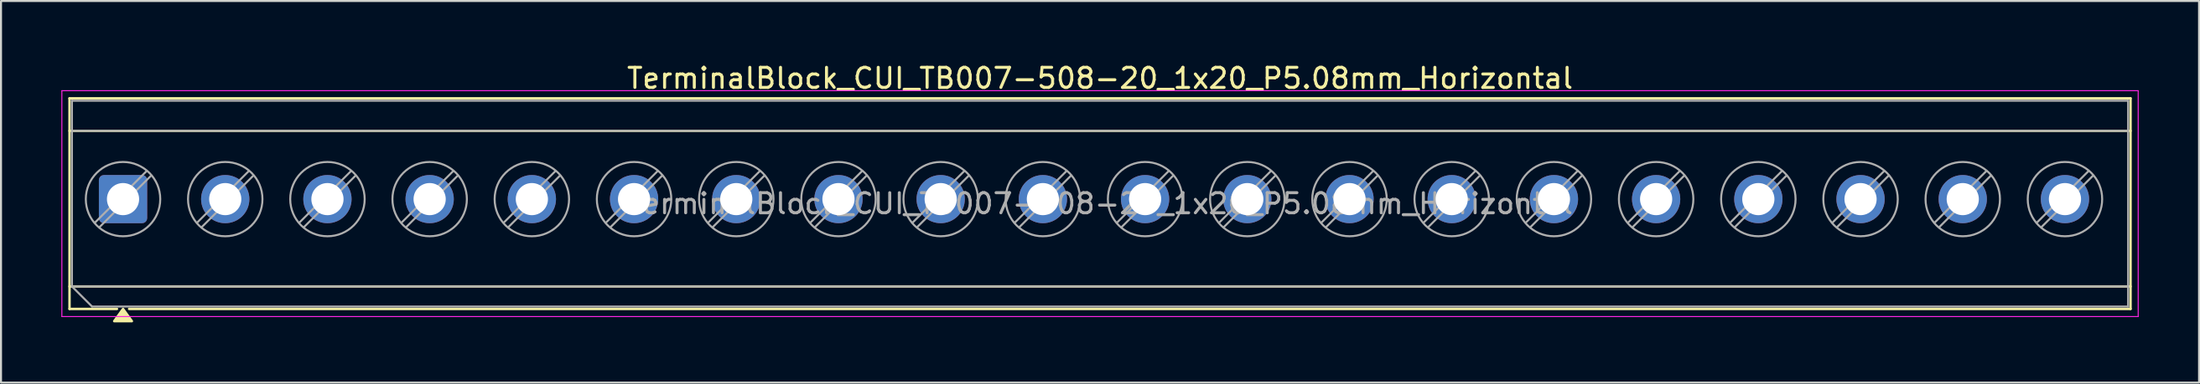
<source format=kicad_pcb>
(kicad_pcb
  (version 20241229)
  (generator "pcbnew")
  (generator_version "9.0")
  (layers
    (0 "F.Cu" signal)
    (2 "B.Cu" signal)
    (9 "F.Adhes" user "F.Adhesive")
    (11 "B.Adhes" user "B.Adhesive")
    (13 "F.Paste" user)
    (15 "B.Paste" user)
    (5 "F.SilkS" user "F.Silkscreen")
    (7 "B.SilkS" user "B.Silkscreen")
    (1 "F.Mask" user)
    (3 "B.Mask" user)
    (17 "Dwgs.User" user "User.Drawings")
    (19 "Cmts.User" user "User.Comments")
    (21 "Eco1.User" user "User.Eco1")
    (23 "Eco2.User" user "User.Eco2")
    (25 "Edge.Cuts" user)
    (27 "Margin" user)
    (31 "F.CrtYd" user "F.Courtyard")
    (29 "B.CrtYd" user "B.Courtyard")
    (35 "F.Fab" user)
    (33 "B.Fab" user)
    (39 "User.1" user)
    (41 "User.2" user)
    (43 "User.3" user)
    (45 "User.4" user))
  (footprint "TerminalBlock_CUI_TB007-508-20_1x20_P5.08mm_Horizontal"
    (layer "F.Cu")
    (at 3.065 6.868)
    (property "Reference" "TerminalBlock_CUI_TB007-508-20_1x20_P5.08mm_Horizontal" (at 48.56 -6.02 0) (layer "F.SilkS") (effects (font (size 1 1) (thickness 0.15))))
    (attr through_hole)
    (fp_line (start -2.66 -5.02) (end 99.78 -5.02) (stroke (width 0.12) (type solid)) (layer "F.SilkS"))
    (fp_line (start -2.66 -3.4) (end 99.78 -3.4) (stroke (width 0.12) (type solid)) (layer "F.SilkS"))
    (fp_line (start -2.66 4.35) (end 99.78 4.35) (stroke (width 0.12) (type solid)) (layer "F.SilkS"))
    (fp_line (start -2.66 5.47) (end -2.66 -5.02) (stroke (width 0.12) (type solid)) (layer "F.SilkS"))
    (fp_line (start -0.3 5.47) (end -2.66 5.47) (stroke (width 0.12) (type solid)) (layer "F.SilkS"))
    (fp_line (start 99.78 -5.02) (end 99.78 5.47) (stroke (width 0.12) (type solid)) (layer "F.SilkS"))
    (fp_line (start 99.78 5.47) (end 0.3 5.47) (stroke (width 0.12) (type solid)) (layer "F.SilkS"))
    (fp_poly (pts (xy 0 5.47) (xy 0.44 6.08) (xy -0.44 6.08)) (stroke (width 0.12) (type solid)) (fill yes) (layer "F.SilkS"))
    (fp_line (start -3.04 -5.4) (end -3.04 5.85) (stroke (width 0.05) (type solid)) (layer "F.CrtYd"))
    (fp_line (start -3.04 5.85) (end 100.16 5.85) (stroke (width 0.05) (type solid)) (layer "F.CrtYd"))
    (fp_line (start 100.16 -5.4) (end -3.04 -5.4) (stroke (width 0.05) (type solid)) (layer "F.CrtYd"))
    (fp_line (start 100.16 5.85) (end 100.16 -5.4) (stroke (width 0.05) (type solid)) (layer "F.CrtYd"))
    (fp_line (start -2.54 -4.9) (end 99.66 -4.9) (stroke (width 0.1) (type solid)) (layer "F.Fab"))
    (fp_line (start -2.54 -3.4) (end 99.66 -3.4) (stroke (width 0.1) (type solid)) (layer "F.Fab"))
    (fp_line (start -2.54 4.35) (end -2.54 -4.9) (stroke (width 0.1) (type solid)) (layer "F.Fab"))
    (fp_line (start -2.54 4.35) (end 99.66 4.35) (stroke (width 0.1) (type solid)) (layer "F.Fab"))
    (fp_line (start -1.54 5.35) (end -2.54 4.35) (stroke (width 0.1) (type solid)) (layer "F.Fab"))
    (fp_line (start 1.177 -1.403) (end -1.403 1.177) (stroke (width 0.1) (type solid)) (layer "F.Fab"))
    (fp_line (start 1.403 -1.177) (end -1.177 1.403) (stroke (width 0.1) (type solid)) (layer "F.Fab"))
    (fp_line (start 6.257 -1.403) (end 3.677 1.177) (stroke (width 0.1) (type solid)) (layer "F.Fab"))
    (fp_line (start 6.483 -1.177) (end 3.903 1.403) (stroke (width 0.1) (type solid)) (layer "F.Fab"))
    (fp_line (start 11.337 -1.403) (end 8.757 1.177) (stroke (width 0.1) (type solid)) (layer "F.Fab"))
    (fp_line (start 11.563 -1.177) (end 8.983 1.403) (stroke (width 0.1) (type solid)) (layer "F.Fab"))
    (fp_line (start 16.417 -1.403) (end 13.837 1.177) (stroke (width 0.1) (type solid)) (layer "F.Fab"))
    (fp_line (start 16.643 -1.177) (end 14.063 1.403) (stroke (width 0.1) (type solid)) (layer "F.Fab"))
    (fp_line (start 21.497 -1.403) (end 18.917 1.177) (stroke (width 0.1) (type solid)) (layer "F.Fab"))
    (fp_line (start 21.723 -1.177) (end 19.143 1.403) (stroke (width 0.1) (type solid)) (layer "F.Fab"))
    (fp_line (start 26.577 -1.403) (end 23.997 1.177) (stroke (width 0.1) (type solid)) (layer "F.Fab"))
    (fp_line (start 26.803 -1.177) (end 24.223 1.403) (stroke (width 0.1) (type solid)) (layer "F.Fab"))
    (fp_line (start 31.657 -1.403) (end 29.077 1.177) (stroke (width 0.1) (type solid)) (layer "F.Fab"))
    (fp_line (start 31.883 -1.177) (end 29.303 1.403) (stroke (width 0.1) (type solid)) (layer "F.Fab"))
    (fp_line (start 36.737 -1.403) (end 34.157 1.177) (stroke (width 0.1) (type solid)) (layer "F.Fab"))
    (fp_line (start 36.963 -1.177) (end 34.383 1.403) (stroke (width 0.1) (type solid)) (layer "F.Fab"))
    (fp_line (start 41.817 -1.403) (end 39.237 1.177) (stroke (width 0.1) (type solid)) (layer "F.Fab"))
    (fp_line (start 42.043 -1.177) (end 39.463 1.403) (stroke (width 0.1) (type solid)) (layer "F.Fab"))
    (fp_line (start 46.897 -1.403) (end 44.317 1.177) (stroke (width 0.1) (type solid)) (layer "F.Fab"))
    (fp_line (start 47.123 -1.177) (end 44.543 1.403) (stroke (width 0.1) (type solid)) (layer "F.Fab"))
    (fp_line (start 51.977 -1.403) (end 49.397 1.177) (stroke (width 0.1) (type solid)) (layer "F.Fab"))
    (fp_line (start 52.203 -1.177) (end 49.623 1.403) (stroke (width 0.1) (type solid)) (layer "F.Fab"))
    (fp_line (start 57.057 -1.403) (end 54.477 1.177) (stroke (width 0.1) (type solid)) (layer "F.Fab"))
    (fp_line (start 57.283 -1.177) (end 54.703 1.403) (stroke (width 0.1) (type solid)) (layer "F.Fab"))
    (fp_line (start 62.137 -1.403) (end 59.557 1.177) (stroke (width 0.1) (type solid)) (layer "F.Fab"))
    (fp_line (start 62.363 -1.177) (end 59.783 1.403) (stroke (width 0.1) (type solid)) (layer "F.Fab"))
    (fp_line (start 67.217 -1.403) (end 64.637 1.177) (stroke (width 0.1) (type solid)) (layer "F.Fab"))
    (fp_line (start 67.443 -1.177) (end 64.863 1.403) (stroke (width 0.1) (type solid)) (layer "F.Fab"))
    (fp_line (start 72.297 -1.403) (end 69.717 1.177) (stroke (width 0.1) (type solid)) (layer "F.Fab"))
    (fp_line (start 72.523 -1.177) (end 69.943 1.403) (stroke (width 0.1) (type solid)) (layer "F.Fab"))
    (fp_line (start 77.377 -1.403) (end 74.797 1.177) (stroke (width 0.1) (type solid)) (layer "F.Fab"))
    (fp_line (start 77.603 -1.177) (end 75.023 1.403) (stroke (width 0.1) (type solid)) (layer "F.Fab"))
    (fp_line (start 82.457 -1.403) (end 79.877 1.177) (stroke (width 0.1) (type solid)) (layer "F.Fab"))
    (fp_line (start 82.683 -1.177) (end 80.103 1.403) (stroke (width 0.1) (type solid)) (layer "F.Fab"))
    (fp_line (start 87.537 -1.403) (end 84.957 1.177) (stroke (width 0.1) (type solid)) (layer "F.Fab"))
    (fp_line (start 87.763 -1.177) (end 85.183 1.403) (stroke (width 0.1) (type solid)) (layer "F.Fab"))
    (fp_line (start 92.617 -1.403) (end 90.037 1.177) (stroke (width 0.1) (type solid)) (layer "F.Fab"))
    (fp_line (start 92.843 -1.177) (end 90.263 1.403) (stroke (width 0.1) (type solid)) (layer "F.Fab"))
    (fp_line (start 97.697 -1.403) (end 95.117 1.177) (stroke (width 0.1) (type solid)) (layer "F.Fab"))
    (fp_line (start 97.923 -1.177) (end 95.343 1.403) (stroke (width 0.1) (type solid)) (layer "F.Fab"))
    (fp_line (start 99.66 -4.9) (end 99.66 5.35) (stroke (width 0.1) (type solid)) (layer "F.Fab"))
    (fp_line (start 99.66 5.35) (end -1.54 5.35) (stroke (width 0.1) (type solid)) (layer "F.Fab"))
    (fp_circle (center 0 0) (end 1.85 0) (stroke (width 0.1) (type solid)) (fill no) (layer "F.Fab"))
    (fp_circle (center 5.08 0) (end 6.93 0) (stroke (width 0.1) (type solid)) (fill no) (layer "F.Fab"))
    (fp_circle (center 10.16 0) (end 12.01 0) (stroke (width 0.1) (type solid)) (fill no) (layer "F.Fab"))
    (fp_circle (center 15.24 0) (end 17.09 0) (stroke (width 0.1) (type solid)) (fill no) (layer "F.Fab"))
    (fp_circle (center 20.32 0) (end 22.17 0) (stroke (width 0.1) (type solid)) (fill no) (layer "F.Fab"))
    (fp_circle (center 25.4 0) (end 27.25 0) (stroke (width 0.1) (type solid)) (fill no) (layer "F.Fab"))
    (fp_circle (center 30.48 0) (end 32.33 0) (stroke (width 0.1) (type solid)) (fill no) (layer "F.Fab"))
    (fp_circle (center 35.56 0) (end 37.41 0) (stroke (width 0.1) (type solid)) (fill no) (layer "F.Fab"))
    (fp_circle (center 40.64 0) (end 42.49 0) (stroke (width 0.1) (type solid)) (fill no) (layer "F.Fab"))
    (fp_circle (center 45.72 0) (end 47.57 0) (stroke (width 0.1) (type solid)) (fill no) (layer "F.Fab"))
    (fp_circle (center 50.8 0) (end 52.65 0) (stroke (width 0.1) (type solid)) (fill no) (layer "F.Fab"))
    (fp_circle (center 55.88 0) (end 57.73 0) (stroke (width 0.1) (type solid)) (fill no) (layer "F.Fab"))
    (fp_circle (center 60.96 0) (end 62.81 0) (stroke (width 0.1) (type solid)) (fill no) (layer "F.Fab"))
    (fp_circle (center 66.04 0) (end 67.89 0) (stroke (width 0.1) (type solid)) (fill no) (layer "F.Fab"))
    (fp_circle (center 71.12 0) (end 72.97 0) (stroke (width 0.1) (type solid)) (fill no) (layer "F.Fab"))
    (fp_circle (center 76.2 0) (end 78.05 0) (stroke (width 0.1) (type solid)) (fill no) (layer "F.Fab"))
    (fp_circle (center 81.28 0) (end 83.13 0) (stroke (width 0.1) (type solid)) (fill no) (layer "F.Fab"))
    (fp_circle (center 86.36 0) (end 88.21 0) (stroke (width 0.1) (type solid)) (fill no) (layer "F.Fab"))
    (fp_circle (center 91.44 0) (end 93.29 0) (stroke (width 0.1) (type solid)) (fill no) (layer "F.Fab"))
    (fp_circle (center 96.52 0) (end 98.37 0) (stroke (width 0.1) (type solid)) (fill no) (layer "F.Fab"))
    (fp_text user "${REFERENCE}" (at 48.56 0.225 0) (layer "F.Fab") (effects (font (size 1 1) (thickness 0.15))))
    (pad "1" thru_hole roundrect (at 0 0) (size 2.4 2.4) (drill 1.6) (layers "*.Cu" "*.Mask") (roundrect_rratio 0.104))
    (pad "2" thru_hole circle (at 5.08 0) (size 2.4 2.4) (drill 1.6) (layers "*.Cu" "*.Mask"))
    (pad "3" thru_hole circle (at 10.16 0) (size 2.4 2.4) (drill 1.6) (layers "*.Cu" "*.Mask"))
    (pad "4" thru_hole circle (at 15.24 0) (size 2.4 2.4) (drill 1.6) (layers "*.Cu" "*.Mask"))
    (pad "5" thru_hole circle (at 20.32 0) (size 2.4 2.4) (drill 1.6) (layers "*.Cu" "*.Mask"))
    (pad "6" thru_hole circle (at 25.4 0) (size 2.4 2.4) (drill 1.6) (layers "*.Cu" "*.Mask"))
    (pad "7" thru_hole circle (at 30.48 0) (size 2.4 2.4) (drill 1.6) (layers "*.Cu" "*.Mask"))
    (pad "8" thru_hole circle (at 35.56 0) (size 2.4 2.4) (drill 1.6) (layers "*.Cu" "*.Mask"))
    (pad "9" thru_hole circle (at 40.64 0) (size 2.4 2.4) (drill 1.6) (layers "*.Cu" "*.Mask"))
    (pad "10" thru_hole circle (at 45.72 0) (size 2.4 2.4) (drill 1.6) (layers "*.Cu" "*.Mask"))
    (pad "11" thru_hole circle (at 50.8 0) (size 2.4 2.4) (drill 1.6) (layers "*.Cu" "*.Mask"))
    (pad "12" thru_hole circle (at 55.88 0) (size 2.4 2.4) (drill 1.6) (layers "*.Cu" "*.Mask"))
    (pad "13" thru_hole circle (at 60.96 0) (size 2.4 2.4) (drill 1.6) (layers "*.Cu" "*.Mask"))
    (pad "14" thru_hole circle (at 66.04 0) (size 2.4 2.4) (drill 1.6) (layers "*.Cu" "*.Mask"))
    (pad "15" thru_hole circle (at 71.12 0) (size 2.4 2.4) (drill 1.6) (layers "*.Cu" "*.Mask"))
    (pad "16" thru_hole circle (at 76.2 0) (size 2.4 2.4) (drill 1.6) (layers "*.Cu" "*.Mask"))
    (pad "17" thru_hole circle (at 81.28 0) (size 2.4 2.4) (drill 1.6) (layers "*.Cu" "*.Mask"))
    (pad "18" thru_hole circle (at 86.36 0) (size 2.4 2.4) (drill 1.6) (layers "*.Cu" "*.Mask"))
    (pad "19" thru_hole circle (at 91.44 0) (size 2.4 2.4) (drill 1.6) (layers "*.Cu" "*.Mask"))
    (pad "20" thru_hole circle (at 96.52 0) (size 2.4 2.4) (drill 1.6) (layers "*.Cu" "*.Mask")))
  (gr_rect
    (start -3 -3)
    (end 106.25 16.008)
    (stroke (width 0.1) (type default))
    (fill no)
    (layer "Edge.Cuts")))
</source>
